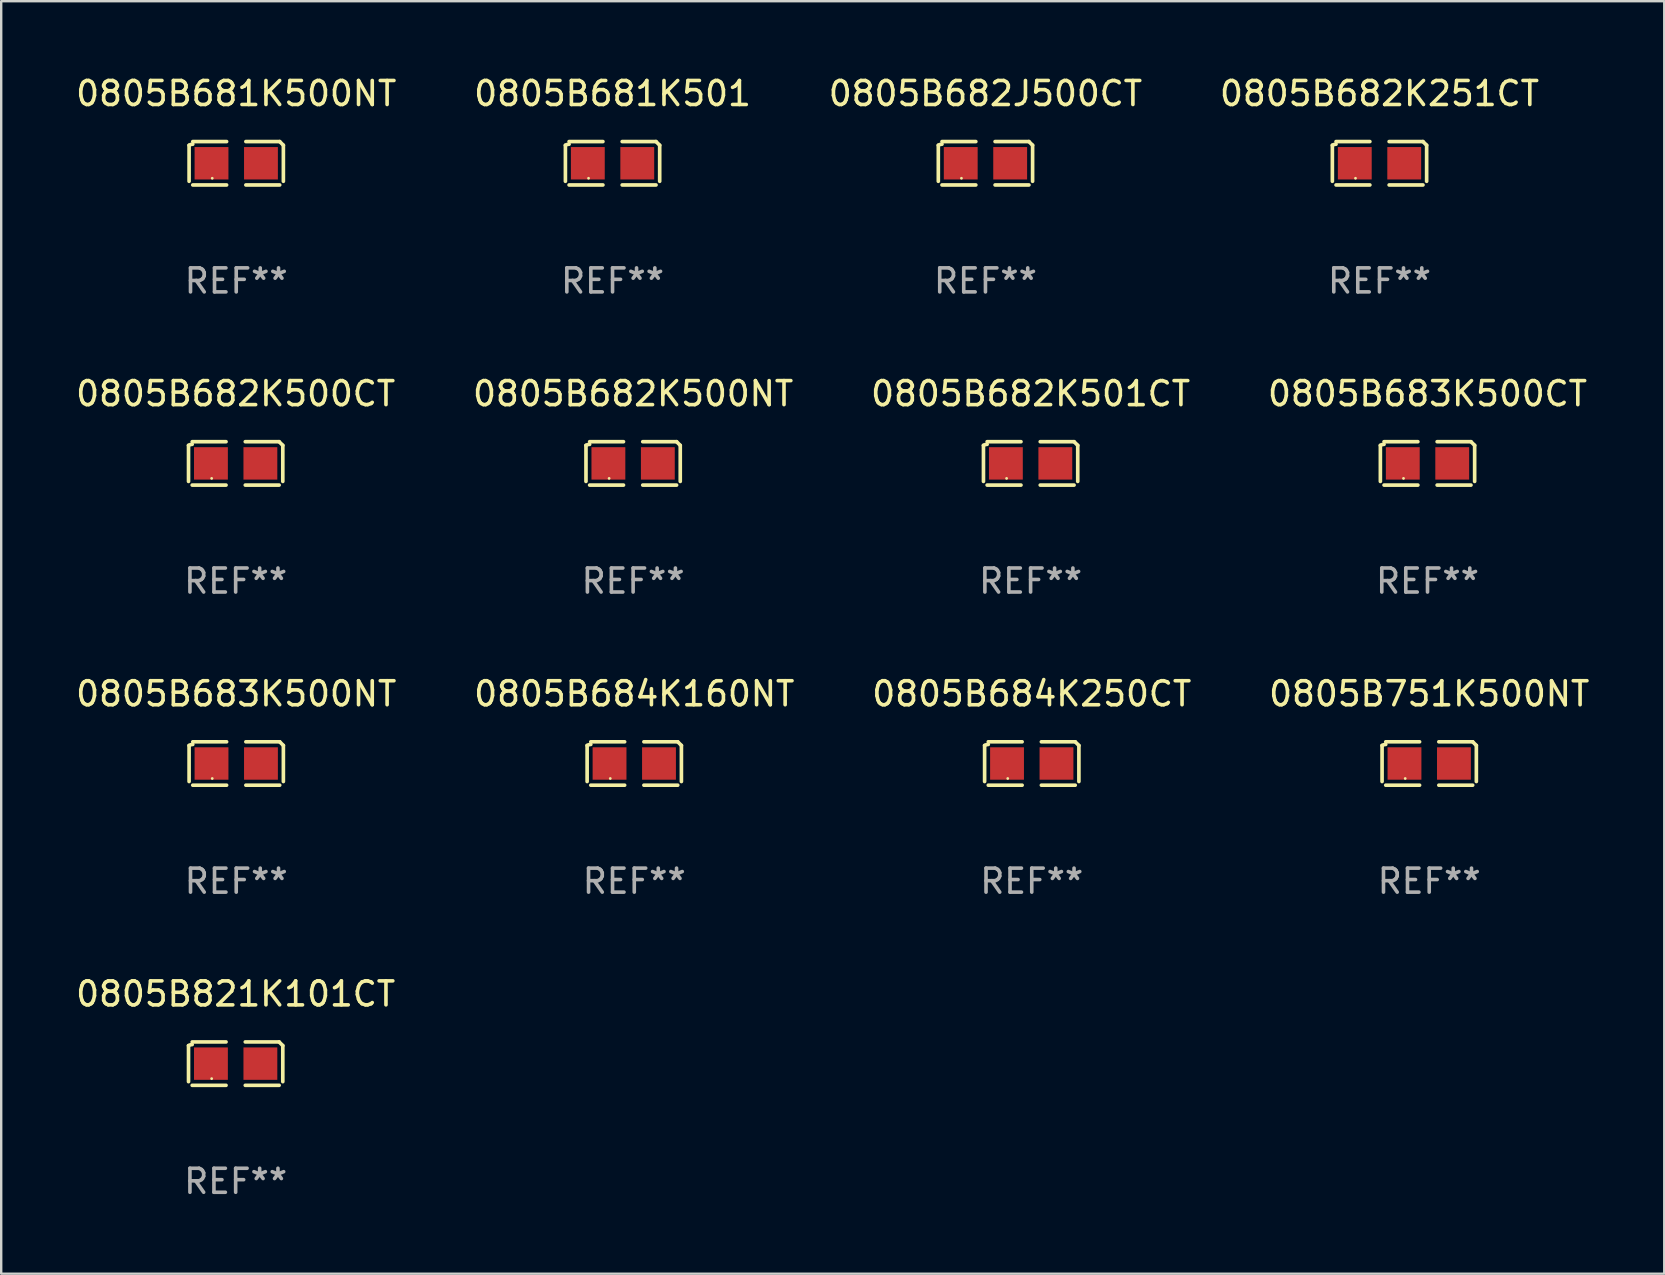
<source format=kicad_pcb>
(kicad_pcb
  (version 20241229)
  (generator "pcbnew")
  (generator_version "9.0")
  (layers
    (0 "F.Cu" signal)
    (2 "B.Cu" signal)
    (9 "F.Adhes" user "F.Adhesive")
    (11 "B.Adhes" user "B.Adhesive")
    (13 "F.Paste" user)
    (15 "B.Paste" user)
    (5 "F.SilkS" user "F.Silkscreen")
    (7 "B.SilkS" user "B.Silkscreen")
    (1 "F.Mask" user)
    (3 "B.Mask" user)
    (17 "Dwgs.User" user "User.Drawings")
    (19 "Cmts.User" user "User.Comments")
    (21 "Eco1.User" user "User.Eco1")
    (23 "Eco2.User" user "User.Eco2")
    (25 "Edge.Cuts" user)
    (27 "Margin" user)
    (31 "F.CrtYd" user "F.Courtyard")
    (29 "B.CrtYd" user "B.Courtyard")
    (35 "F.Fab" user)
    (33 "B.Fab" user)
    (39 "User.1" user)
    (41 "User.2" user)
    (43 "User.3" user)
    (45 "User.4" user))
  (footprint "0805B684K250CT"
    (layer "F.Cu")
    (at 39.935 28.759)
    (property "Reference" "0805B684K250CT" (at 0 -2.904 0) (layer "F.SilkS") (effects (font (size 1 1) (thickness 0.15))))
    (attr through_hole)
    (fp_line (start -1.964 0.751) (end -1.964 -0.751) (stroke (width 0.152) (type solid)) (layer "F.SilkS"))
    (fp_line (start -1.811 -0.904) (end -0.401 -0.904) (stroke (width 0.152) (type solid)) (layer "F.SilkS"))
    (fp_line (start -0.401 0.904) (end -1.811 0.904) (stroke (width 0.152) (type solid)) (layer "F.SilkS"))
    (fp_line (start 0.401 0.904) (end 1.811 0.904) (stroke (width 0.152) (type solid)) (layer "F.SilkS"))
    (fp_line (start 1.811 -0.904) (end 0.401 -0.904) (stroke (width 0.152) (type solid)) (layer "F.SilkS"))
    (fp_line (start 1.964 0.751) (end 1.964 -0.751) (stroke (width 0.152) (type solid)) (layer "F.SilkS"))
    (fp_arc (start -1.963602 -0.751207) (mid -1.890354 -0.783131) (end -1.811201 -0.794044) (stroke (width 0.1524) (type solid)) (layer "F.SilkS"))
    (fp_arc (start 1.811202 -0.903607) (mid 1.887413 -0.827418) (end 1.963602 -0.751207) (stroke (width 0.1524) (type solid)) (layer "F.SilkS"))
    (fp_circle (center -1 0.625) (end -0.97 0.625) (stroke (width 0.06) (type solid)) (fill no) (layer "F.SilkS"))
    (fp_text user "REF**" (at 0 4.904 0) (layer "F.Fab") (effects (font (size 1 1) (thickness 0.15))))
    (pad "1" smd rect (at -1.03 0) (size 1.41 1.35) (layers "F.Cu" "F.Mask" "F.Paste"))
    (pad "2" smd rect (at 1.03 0) (size 1.41 1.35) (layers "F.Cu" "F.Mask" "F.Paste")))
  (footprint "0805B751K500NT"
    (layer "F.Cu")
    (at 56.494 28.759)
    (property "Reference" "0805B751K500NT" (at 0 -2.904 0) (layer "F.SilkS") (effects (font (size 1 1) (thickness 0.15))))
    (attr through_hole)
    (fp_line (start -1.964 0.751) (end -1.964 -0.751) (stroke (width 0.152) (type solid)) (layer "F.SilkS"))
    (fp_line (start -1.811 -0.904) (end -0.401 -0.904) (stroke (width 0.152) (type solid)) (layer "F.SilkS"))
    (fp_line (start -0.401 0.904) (end -1.811 0.904) (stroke (width 0.152) (type solid)) (layer "F.SilkS"))
    (fp_line (start 0.401 0.904) (end 1.811 0.904) (stroke (width 0.152) (type solid)) (layer "F.SilkS"))
    (fp_line (start 1.811 -0.904) (end 0.401 -0.904) (stroke (width 0.152) (type solid)) (layer "F.SilkS"))
    (fp_line (start 1.964 0.751) (end 1.964 -0.751) (stroke (width 0.152) (type solid)) (layer "F.SilkS"))
    (fp_arc (start -1.963602 -0.751207) (mid -1.890354 -0.783131) (end -1.811201 -0.794044) (stroke (width 0.1524) (type solid)) (layer "F.SilkS"))
    (fp_arc (start 1.811202 -0.903607) (mid 1.887413 -0.827418) (end 1.963602 -0.751207) (stroke (width 0.1524) (type solid)) (layer "F.SilkS"))
    (fp_circle (center -1 0.625) (end -0.97 0.625) (stroke (width 0.06) (type solid)) (fill no) (layer "F.SilkS"))
    (fp_text user "REF**" (at 0 4.904 0) (layer "F.Fab") (effects (font (size 1 1) (thickness 0.15))))
    (pad "1" smd rect (at -1.03 0) (size 1.41 1.35) (layers "F.Cu" "F.Mask" "F.Paste"))
    (pad "2" smd rect (at 1.03 0) (size 1.41 1.35) (layers "F.Cu" "F.Mask" "F.Paste")))
  (footprint "0805B821K101CT"
    (layer "F.Cu")
    (at 6.768 41.263)
    (property "Reference" "0805B821K101CT" (at 0 -2.904 0) (layer "F.SilkS") (effects (font (size 1 1) (thickness 0.15))))
    (attr through_hole)
    (fp_line (start -1.964 0.751) (end -1.964 -0.751) (stroke (width 0.152) (type solid)) (layer "F.SilkS"))
    (fp_line (start -1.811 -0.904) (end -0.401 -0.904) (stroke (width 0.152) (type solid)) (layer "F.SilkS"))
    (fp_line (start -0.401 0.904) (end -1.811 0.904) (stroke (width 0.152) (type solid)) (layer "F.SilkS"))
    (fp_line (start 0.401 0.904) (end 1.811 0.904) (stroke (width 0.152) (type solid)) (layer "F.SilkS"))
    (fp_line (start 1.811 -0.904) (end 0.401 -0.904) (stroke (width 0.152) (type solid)) (layer "F.SilkS"))
    (fp_line (start 1.964 0.751) (end 1.964 -0.751) (stroke (width 0.152) (type solid)) (layer "F.SilkS"))
    (fp_arc (start -1.963602 -0.751207) (mid -1.890354 -0.783131) (end -1.811201 -0.794044) (stroke (width 0.1524) (type solid)) (layer "F.SilkS"))
    (fp_arc (start 1.811202 -0.903607) (mid 1.887413 -0.827418) (end 1.963602 -0.751207) (stroke (width 0.1524) (type solid)) (layer "F.SilkS"))
    (fp_circle (center -1 0.625) (end -0.97 0.625) (stroke (width 0.06) (type solid)) (fill no) (layer "F.SilkS"))
    (fp_text user "REF**" (at 0 4.904 0) (layer "F.Fab") (effects (font (size 1 1) (thickness 0.15))))
    (pad "1" smd rect (at -1.03 0) (size 1.41 1.35) (layers "F.Cu" "F.Mask" "F.Paste"))
    (pad "2" smd rect (at 1.03 0) (size 1.41 1.35) (layers "F.Cu" "F.Mask" "F.Paste")))
  (footprint "0805B684K160NT"
    (layer "F.Cu")
    (at 23.375 28.759)
    (property "Reference" "0805B684K160NT" (at 0 -2.904 0) (layer "F.SilkS") (effects (font (size 1 1) (thickness 0.15))))
    (attr through_hole)
    (fp_line (start -1.964 0.751) (end -1.964 -0.751) (stroke (width 0.152) (type solid)) (layer "F.SilkS"))
    (fp_line (start -1.811 -0.904) (end -0.401 -0.904) (stroke (width 0.152) (type solid)) (layer "F.SilkS"))
    (fp_line (start -0.401 0.904) (end -1.811 0.904) (stroke (width 0.152) (type solid)) (layer "F.SilkS"))
    (fp_line (start 0.401 0.904) (end 1.811 0.904) (stroke (width 0.152) (type solid)) (layer "F.SilkS"))
    (fp_line (start 1.811 -0.904) (end 0.401 -0.904) (stroke (width 0.152) (type solid)) (layer "F.SilkS"))
    (fp_line (start 1.964 0.751) (end 1.964 -0.751) (stroke (width 0.152) (type solid)) (layer "F.SilkS"))
    (fp_arc (start -1.963602 -0.751207) (mid -1.890354 -0.783131) (end -1.811201 -0.794044) (stroke (width 0.1524) (type solid)) (layer "F.SilkS"))
    (fp_arc (start 1.811202 -0.903607) (mid 1.887413 -0.827418) (end 1.963602 -0.751207) (stroke (width 0.1524) (type solid)) (layer "F.SilkS"))
    (fp_circle (center -1 0.625) (end -0.97 0.625) (stroke (width 0.06) (type solid)) (fill no) (layer "F.SilkS"))
    (fp_text user "REF**" (at 0 4.904 0) (layer "F.Fab") (effects (font (size 1 1) (thickness 0.15))))
    (pad "1" smd rect (at -1.03 0) (size 1.41 1.35) (layers "F.Cu" "F.Mask" "F.Paste"))
    (pad "2" smd rect (at 1.03 0) (size 1.41 1.35) (layers "F.Cu" "F.Mask" "F.Paste")))
  (footprint "0805B682K251CT"
    (layer "F.Cu")
    (at 54.423 3.752)
    (property "Reference" "0805B682K251CT" (at 0 -2.904 0) (layer "F.SilkS") (effects (font (size 1 1) (thickness 0.15))))
    (attr through_hole)
    (fp_line (start -1.964 0.751) (end -1.964 -0.751) (stroke (width 0.152) (type solid)) (layer "F.SilkS"))
    (fp_line (start -1.811 -0.904) (end -0.401 -0.904) (stroke (width 0.152) (type solid)) (layer "F.SilkS"))
    (fp_line (start -0.401 0.904) (end -1.811 0.904) (stroke (width 0.152) (type solid)) (layer "F.SilkS"))
    (fp_line (start 0.401 0.904) (end 1.811 0.904) (stroke (width 0.152) (type solid)) (layer "F.SilkS"))
    (fp_line (start 1.811 -0.904) (end 0.401 -0.904) (stroke (width 0.152) (type solid)) (layer "F.SilkS"))
    (fp_line (start 1.964 0.751) (end 1.964 -0.751) (stroke (width 0.152) (type solid)) (layer "F.SilkS"))
    (fp_arc (start -1.963602 -0.751207) (mid -1.890354 -0.783131) (end -1.811201 -0.794044) (stroke (width 0.1524) (type solid)) (layer "F.SilkS"))
    (fp_arc (start 1.811202 -0.903607) (mid 1.887413 -0.827418) (end 1.963602 -0.751207) (stroke (width 0.1524) (type solid)) (layer "F.SilkS"))
    (fp_circle (center -1 0.625) (end -0.97 0.625) (stroke (width 0.06) (type solid)) (fill no) (layer "F.SilkS"))
    (fp_text user "REF**" (at 0 4.904 0) (layer "F.Fab") (effects (font (size 1 1) (thickness 0.15))))
    (pad "1" smd rect (at -1.03 0) (size 1.41 1.35) (layers "F.Cu" "F.Mask" "F.Paste"))
    (pad "2" smd rect (at 1.03 0) (size 1.41 1.35) (layers "F.Cu" "F.Mask" "F.Paste")))
  (footprint "0805B682J500CT"
    (layer "F.Cu")
    (at 38.006 3.752)
    (property "Reference" "0805B682J500CT" (at 0 -2.904 0) (layer "F.SilkS") (effects (font (size 1 1) (thickness 0.15))))
    (attr through_hole)
    (fp_line (start -1.964 0.751) (end -1.964 -0.751) (stroke (width 0.152) (type solid)) (layer "F.SilkS"))
    (fp_line (start -1.811 -0.904) (end -0.401 -0.904) (stroke (width 0.152) (type solid)) (layer "F.SilkS"))
    (fp_line (start -0.401 0.904) (end -1.811 0.904) (stroke (width 0.152) (type solid)) (layer "F.SilkS"))
    (fp_line (start 0.401 0.904) (end 1.811 0.904) (stroke (width 0.152) (type solid)) (layer "F.SilkS"))
    (fp_line (start 1.811 -0.904) (end 0.401 -0.904) (stroke (width 0.152) (type solid)) (layer "F.SilkS"))
    (fp_line (start 1.964 0.751) (end 1.964 -0.751) (stroke (width 0.152) (type solid)) (layer "F.SilkS"))
    (fp_arc (start -1.963602 -0.751207) (mid -1.890354 -0.783131) (end -1.811201 -0.794044) (stroke (width 0.1524) (type solid)) (layer "F.SilkS"))
    (fp_arc (start 1.811202 -0.903607) (mid 1.887413 -0.827418) (end 1.963602 -0.751207) (stroke (width 0.1524) (type solid)) (layer "F.SilkS"))
    (fp_circle (center -1 0.625) (end -0.97 0.625) (stroke (width 0.06) (type solid)) (fill no) (layer "F.SilkS"))
    (fp_text user "REF**" (at 0 4.904 0) (layer "F.Fab") (effects (font (size 1 1) (thickness 0.15))))
    (pad "1" smd rect (at -1.03 0) (size 1.41 1.35) (layers "F.Cu" "F.Mask" "F.Paste"))
    (pad "2" smd rect (at 1.03 0) (size 1.41 1.35) (layers "F.Cu" "F.Mask" "F.Paste")))
  (footprint "0805B681K500NT"
    (layer "F.Cu")
    (at 6.792 3.752)
    (property "Reference" "0805B681K500NT" (at 0 -2.904 0) (layer "F.SilkS") (effects (font (size 1 1) (thickness 0.15))))
    (attr through_hole)
    (fp_line (start -1.964 0.751) (end -1.964 -0.751) (stroke (width 0.152) (type solid)) (layer "F.SilkS"))
    (fp_line (start -1.811 -0.904) (end -0.401 -0.904) (stroke (width 0.152) (type solid)) (layer "F.SilkS"))
    (fp_line (start -0.401 0.904) (end -1.811 0.904) (stroke (width 0.152) (type solid)) (layer "F.SilkS"))
    (fp_line (start 0.401 0.904) (end 1.811 0.904) (stroke (width 0.152) (type solid)) (layer "F.SilkS"))
    (fp_line (start 1.811 -0.904) (end 0.401 -0.904) (stroke (width 0.152) (type solid)) (layer "F.SilkS"))
    (fp_line (start 1.964 0.751) (end 1.964 -0.751) (stroke (width 0.152) (type solid)) (layer "F.SilkS"))
    (fp_arc (start -1.963602 -0.751207) (mid -1.890354 -0.783131) (end -1.811201 -0.794044) (stroke (width 0.1524) (type solid)) (layer "F.SilkS"))
    (fp_arc (start 1.811202 -0.903607) (mid 1.887413 -0.827418) (end 1.963602 -0.751207) (stroke (width 0.1524) (type solid)) (layer "F.SilkS"))
    (fp_circle (center -1 0.625) (end -0.97 0.625) (stroke (width 0.06) (type solid)) (fill no) (layer "F.SilkS"))
    (fp_text user "REF**" (at 0 4.904 0) (layer "F.Fab") (effects (font (size 1 1) (thickness 0.15))))
    (pad "1" smd rect (at -1.03 0) (size 1.41 1.35) (layers "F.Cu" "F.Mask" "F.Paste"))
    (pad "2" smd rect (at 1.03 0) (size 1.41 1.35) (layers "F.Cu" "F.Mask" "F.Paste")))
  (footprint "0805B682K501CT"
    (layer "F.Cu")
    (at 39.887 16.256)
    (property "Reference" "0805B682K501CT" (at 0 -2.904 0) (layer "F.SilkS") (effects (font (size 1 1) (thickness 0.15))))
    (attr through_hole)
    (fp_line (start -1.964 0.751) (end -1.964 -0.751) (stroke (width 0.152) (type solid)) (layer "F.SilkS"))
    (fp_line (start -1.811 -0.904) (end -0.401 -0.904) (stroke (width 0.152) (type solid)) (layer "F.SilkS"))
    (fp_line (start -0.401 0.904) (end -1.811 0.904) (stroke (width 0.152) (type solid)) (layer "F.SilkS"))
    (fp_line (start 0.401 0.904) (end 1.811 0.904) (stroke (width 0.152) (type solid)) (layer "F.SilkS"))
    (fp_line (start 1.811 -0.904) (end 0.401 -0.904) (stroke (width 0.152) (type solid)) (layer "F.SilkS"))
    (fp_line (start 1.964 0.751) (end 1.964 -0.751) (stroke (width 0.152) (type solid)) (layer "F.SilkS"))
    (fp_arc (start -1.963602 -0.751207) (mid -1.890354 -0.783131) (end -1.811201 -0.794044) (stroke (width 0.1524) (type solid)) (layer "F.SilkS"))
    (fp_arc (start 1.811202 -0.903607) (mid 1.887413 -0.827418) (end 1.963602 -0.751207) (stroke (width 0.1524) (type solid)) (layer "F.SilkS"))
    (fp_circle (center -1 0.625) (end -0.97 0.625) (stroke (width 0.06) (type solid)) (fill no) (layer "F.SilkS"))
    (fp_text user "REF**" (at 0 4.904 0) (layer "F.Fab") (effects (font (size 1 1) (thickness 0.15))))
    (pad "1" smd rect (at -1.03 0) (size 1.41 1.35) (layers "F.Cu" "F.Mask" "F.Paste"))
    (pad "2" smd rect (at 1.03 0) (size 1.41 1.35) (layers "F.Cu" "F.Mask" "F.Paste")))
  (footprint "0805B681K501"
    (layer "F.Cu")
    (at 22.47 3.752)
    (property "Reference" "0805B681K501" (at 0 -2.904 0) (layer "F.SilkS") (effects (font (size 1 1) (thickness 0.15))))
    (attr through_hole)
    (fp_line (start -1.964 0.751) (end -1.964 -0.751) (stroke (width 0.152) (type solid)) (layer "F.SilkS"))
    (fp_line (start -1.811 -0.904) (end -0.401 -0.904) (stroke (width 0.152) (type solid)) (layer "F.SilkS"))
    (fp_line (start -0.401 0.904) (end -1.811 0.904) (stroke (width 0.152) (type solid)) (layer "F.SilkS"))
    (fp_line (start 0.401 0.904) (end 1.811 0.904) (stroke (width 0.152) (type solid)) (layer "F.SilkS"))
    (fp_line (start 1.811 -0.904) (end 0.401 -0.904) (stroke (width 0.152) (type solid)) (layer "F.SilkS"))
    (fp_line (start 1.964 0.751) (end 1.964 -0.751) (stroke (width 0.152) (type solid)) (layer "F.SilkS"))
    (fp_arc (start -1.963602 -0.751207) (mid -1.890354 -0.783131) (end -1.811201 -0.794044) (stroke (width 0.1524) (type solid)) (layer "F.SilkS"))
    (fp_arc (start 1.811202 -0.903607) (mid 1.887413 -0.827418) (end 1.963602 -0.751207) (stroke (width 0.1524) (type solid)) (layer "F.SilkS"))
    (fp_circle (center -1 0.625) (end -0.97 0.625) (stroke (width 0.06) (type solid)) (fill no) (layer "F.SilkS"))
    (fp_text user "REF**" (at 0 4.904 0) (layer "F.Fab") (effects (font (size 1 1) (thickness 0.15))))
    (pad "1" smd rect (at -1.03 0) (size 1.41 1.35) (layers "F.Cu" "F.Mask" "F.Paste"))
    (pad "2" smd rect (at 1.03 0) (size 1.41 1.35) (layers "F.Cu" "F.Mask" "F.Paste")))
  (footprint "0805B683K500CT"
    (layer "F.Cu")
    (at 56.423 16.256)
    (property "Reference" "0805B683K500CT" (at 0 -2.904 0) (layer "F.SilkS") (effects (font (size 1 1) (thickness 0.15))))
    (attr through_hole)
    (fp_line (start -1.964 0.751) (end -1.964 -0.751) (stroke (width 0.152) (type solid)) (layer "F.SilkS"))
    (fp_line (start -1.811 -0.904) (end -0.401 -0.904) (stroke (width 0.152) (type solid)) (layer "F.SilkS"))
    (fp_line (start -0.401 0.904) (end -1.811 0.904) (stroke (width 0.152) (type solid)) (layer "F.SilkS"))
    (fp_line (start 0.401 0.904) (end 1.811 0.904) (stroke (width 0.152) (type solid)) (layer "F.SilkS"))
    (fp_line (start 1.811 -0.904) (end 0.401 -0.904) (stroke (width 0.152) (type solid)) (layer "F.SilkS"))
    (fp_line (start 1.964 0.751) (end 1.964 -0.751) (stroke (width 0.152) (type solid)) (layer "F.SilkS"))
    (fp_arc (start -1.963602 -0.751207) (mid -1.890354 -0.783131) (end -1.811201 -0.794044) (stroke (width 0.1524) (type solid)) (layer "F.SilkS"))
    (fp_arc (start 1.811202 -0.903607) (mid 1.887413 -0.827418) (end 1.963602 -0.751207) (stroke (width 0.1524) (type solid)) (layer "F.SilkS"))
    (fp_circle (center -1 0.625) (end -0.97 0.625) (stroke (width 0.06) (type solid)) (fill no) (layer "F.SilkS"))
    (fp_text user "REF**" (at 0 4.904 0) (layer "F.Fab") (effects (font (size 1 1) (thickness 0.15))))
    (pad "1" smd rect (at -1.03 0) (size 1.41 1.35) (layers "F.Cu" "F.Mask" "F.Paste"))
    (pad "2" smd rect (at 1.03 0) (size 1.41 1.35) (layers "F.Cu" "F.Mask" "F.Paste")))
  (footprint "0805B682K500CT"
    (layer "F.Cu")
    (at 6.768 16.256)
    (property "Reference" "0805B682K500CT" (at 0 -2.904 0) (layer "F.SilkS") (effects (font (size 1 1) (thickness 0.15))))
    (attr through_hole)
    (fp_line (start -1.964 0.751) (end -1.964 -0.751) (stroke (width 0.152) (type solid)) (layer "F.SilkS"))
    (fp_line (start -1.811 -0.904) (end -0.401 -0.904) (stroke (width 0.152) (type solid)) (layer "F.SilkS"))
    (fp_line (start -0.401 0.904) (end -1.811 0.904) (stroke (width 0.152) (type solid)) (layer "F.SilkS"))
    (fp_line (start 0.401 0.904) (end 1.811 0.904) (stroke (width 0.152) (type solid)) (layer "F.SilkS"))
    (fp_line (start 1.811 -0.904) (end 0.401 -0.904) (stroke (width 0.152) (type solid)) (layer "F.SilkS"))
    (fp_line (start 1.964 0.751) (end 1.964 -0.751) (stroke (width 0.152) (type solid)) (layer "F.SilkS"))
    (fp_arc (start -1.963602 -0.751207) (mid -1.890354 -0.783131) (end -1.811201 -0.794044) (stroke (width 0.1524) (type solid)) (layer "F.SilkS"))
    (fp_arc (start 1.811202 -0.903607) (mid 1.887413 -0.827418) (end 1.963602 -0.751207) (stroke (width 0.1524) (type solid)) (layer "F.SilkS"))
    (fp_circle (center -1 0.625) (end -0.97 0.625) (stroke (width 0.06) (type solid)) (fill no) (layer "F.SilkS"))
    (fp_text user "REF**" (at 0 4.904 0) (layer "F.Fab") (effects (font (size 1 1) (thickness 0.15))))
    (pad "1" smd rect (at -1.03 0) (size 1.41 1.35) (layers "F.Cu" "F.Mask" "F.Paste"))
    (pad "2" smd rect (at 1.03 0) (size 1.41 1.35) (layers "F.Cu" "F.Mask" "F.Paste")))
  (footprint "0805B682K500NT"
    (layer "F.Cu")
    (at 23.327 16.256)
    (property "Reference" "0805B682K500NT" (at 0 -2.904 0) (layer "F.SilkS") (effects (font (size 1 1) (thickness 0.15))))
    (attr through_hole)
    (fp_line (start -1.964 0.751) (end -1.964 -0.751) (stroke (width 0.152) (type solid)) (layer "F.SilkS"))
    (fp_line (start -1.811 -0.904) (end -0.401 -0.904) (stroke (width 0.152) (type solid)) (layer "F.SilkS"))
    (fp_line (start -0.401 0.904) (end -1.811 0.904) (stroke (width 0.152) (type solid)) (layer "F.SilkS"))
    (fp_line (start 0.401 0.904) (end 1.811 0.904) (stroke (width 0.152) (type solid)) (layer "F.SilkS"))
    (fp_line (start 1.811 -0.904) (end 0.401 -0.904) (stroke (width 0.152) (type solid)) (layer "F.SilkS"))
    (fp_line (start 1.964 0.751) (end 1.964 -0.751) (stroke (width 0.152) (type solid)) (layer "F.SilkS"))
    (fp_arc (start -1.963602 -0.751207) (mid -1.890354 -0.783131) (end -1.811201 -0.794044) (stroke (width 0.1524) (type solid)) (layer "F.SilkS"))
    (fp_arc (start 1.811202 -0.903607) (mid 1.887413 -0.827418) (end 1.963602 -0.751207) (stroke (width 0.1524) (type solid)) (layer "F.SilkS"))
    (fp_circle (center -1 0.625) (end -0.97 0.625) (stroke (width 0.06) (type solid)) (fill no) (layer "F.SilkS"))
    (fp_text user "REF**" (at 0 4.904 0) (layer "F.Fab") (effects (font (size 1 1) (thickness 0.15))))
    (pad "1" smd rect (at -1.03 0) (size 1.41 1.35) (layers "F.Cu" "F.Mask" "F.Paste"))
    (pad "2" smd rect (at 1.03 0) (size 1.41 1.35) (layers "F.Cu" "F.Mask" "F.Paste")))
  (footprint "0805B683K500NT"
    (layer "F.Cu")
    (at 6.792 28.759)
    (property "Reference" "0805B683K500NT" (at 0 -2.904 0) (layer "F.SilkS") (effects (font (size 1 1) (thickness 0.15))))
    (attr through_hole)
    (fp_line (start -1.964 0.751) (end -1.964 -0.751) (stroke (width 0.152) (type solid)) (layer "F.SilkS"))
    (fp_line (start -1.811 -0.904) (end -0.401 -0.904) (stroke (width 0.152) (type solid)) (layer "F.SilkS"))
    (fp_line (start -0.401 0.904) (end -1.811 0.904) (stroke (width 0.152) (type solid)) (layer "F.SilkS"))
    (fp_line (start 0.401 0.904) (end 1.811 0.904) (stroke (width 0.152) (type solid)) (layer "F.SilkS"))
    (fp_line (start 1.811 -0.904) (end 0.401 -0.904) (stroke (width 0.152) (type solid)) (layer "F.SilkS"))
    (fp_line (start 1.964 0.751) (end 1.964 -0.751) (stroke (width 0.152) (type solid)) (layer "F.SilkS"))
    (fp_arc (start -1.963602 -0.751207) (mid -1.890354 -0.783131) (end -1.811201 -0.794044) (stroke (width 0.1524) (type solid)) (layer "F.SilkS"))
    (fp_arc (start 1.811202 -0.903607) (mid 1.887413 -0.827418) (end 1.963602 -0.751207) (stroke (width 0.1524) (type solid)) (layer "F.SilkS"))
    (fp_circle (center -1 0.625) (end -0.97 0.625) (stroke (width 0.06) (type solid)) (fill no) (layer "F.SilkS"))
    (fp_text user "REF**" (at 0 4.904 0) (layer "F.Fab") (effects (font (size 1 1) (thickness 0.15))))
    (pad "1" smd rect (at -1.03 0) (size 1.41 1.35) (layers "F.Cu" "F.Mask" "F.Paste"))
    (pad "2" smd rect (at 1.03 0) (size 1.41 1.35) (layers "F.Cu" "F.Mask" "F.Paste")))
  (gr_rect
    (start -3 -3)
    (end 66.286 50.015)
    (stroke (width 0.1) (type default))
    (fill no)
    (layer "Edge.Cuts")))
</source>
